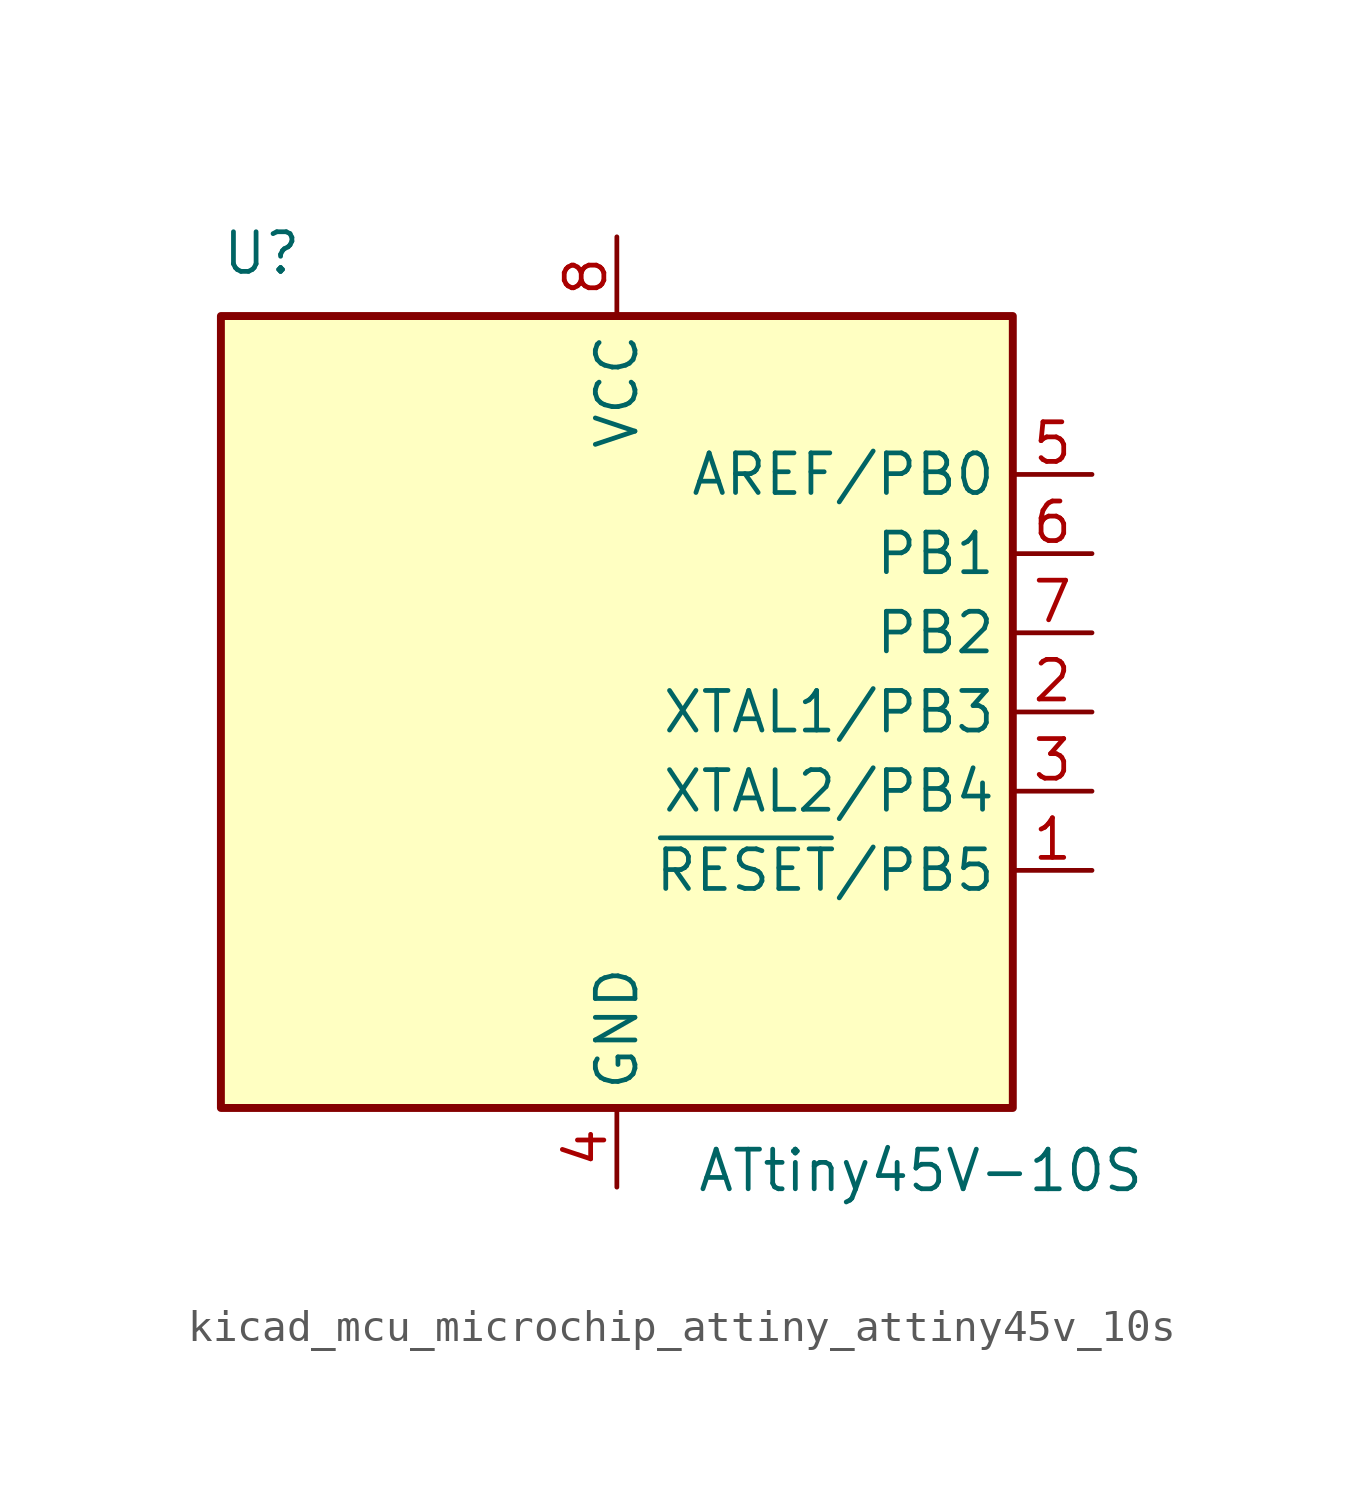
<source format=kicad_sym>
(kicad_symbol_lib
  (version 20220914)
  (generator kicad_symbol_editor)
  (symbol "kicad_mcu_microchip_attiny_attiny45v_10s"
    (property "Reference" "U"
      (at -12.7 13.97 0)
      (effects (font (size 1.27 1.27)) (justify left bottom)))
    (property "Value" "ATtiny45V-10S"
      (at 2.54 -13.97 0)
      (effects (font (size 1.27 1.27)) (justify left top)))
    (symbol "kicad_mcu_microchip_attiny_attiny45v_10s_0_1"
      (rectangle (start -12.7 -12.7) (end 12.7 12.7) (stroke (width 0.254) (type default)) (fill (type background))))
    (symbol "kicad_mcu_microchip_attiny_attiny45v_10s_1_1"
      (pin bidirectional line (at 15.24 -5.08 180) (length 2.54) (name "~{RESET}/PB5" (effects (font (size 1.27 1.27)))) (number "1" (effects (font (size 1.27 1.27)))))
      (pin bidirectional line (at 15.24 0 180) (length 2.54) (name "XTAL1/PB3" (effects (font (size 1.27 1.27)))) (number "2" (effects (font (size 1.27 1.27)))))
      (pin bidirectional line (at 15.24 -2.54 180) (length 2.54) (name "XTAL2/PB4" (effects (font (size 1.27 1.27)))) (number "3" (effects (font (size 1.27 1.27)))))
      (pin power_in line (at 0 -15.24 90) (length 2.54) (name "GND" (effects (font (size 1.27 1.27)))) (number "4" (effects (font (size 1.27 1.27)))))
      (pin bidirectional line (at 15.24 7.62 180) (length 2.54) (name "AREF/PB0" (effects (font (size 1.27 1.27)))) (number "5" (effects (font (size 1.27 1.27)))))
      (pin bidirectional line (at 15.24 5.08 180) (length 2.54) (name "PB1" (effects (font (size 1.27 1.27)))) (number "6" (effects (font (size 1.27 1.27)))))
      (pin bidirectional line (at 15.24 2.54 180) (length 2.54) (name "PB2" (effects (font (size 1.27 1.27)))) (number "7" (effects (font (size 1.27 1.27)))))
      (pin power_in line (at 0 15.24 270) (length 2.54) (name "VCC" (effects (font (size 1.27 1.27)))) (number "8" (effects (font (size 1.27 1.27))))))))
</source>
